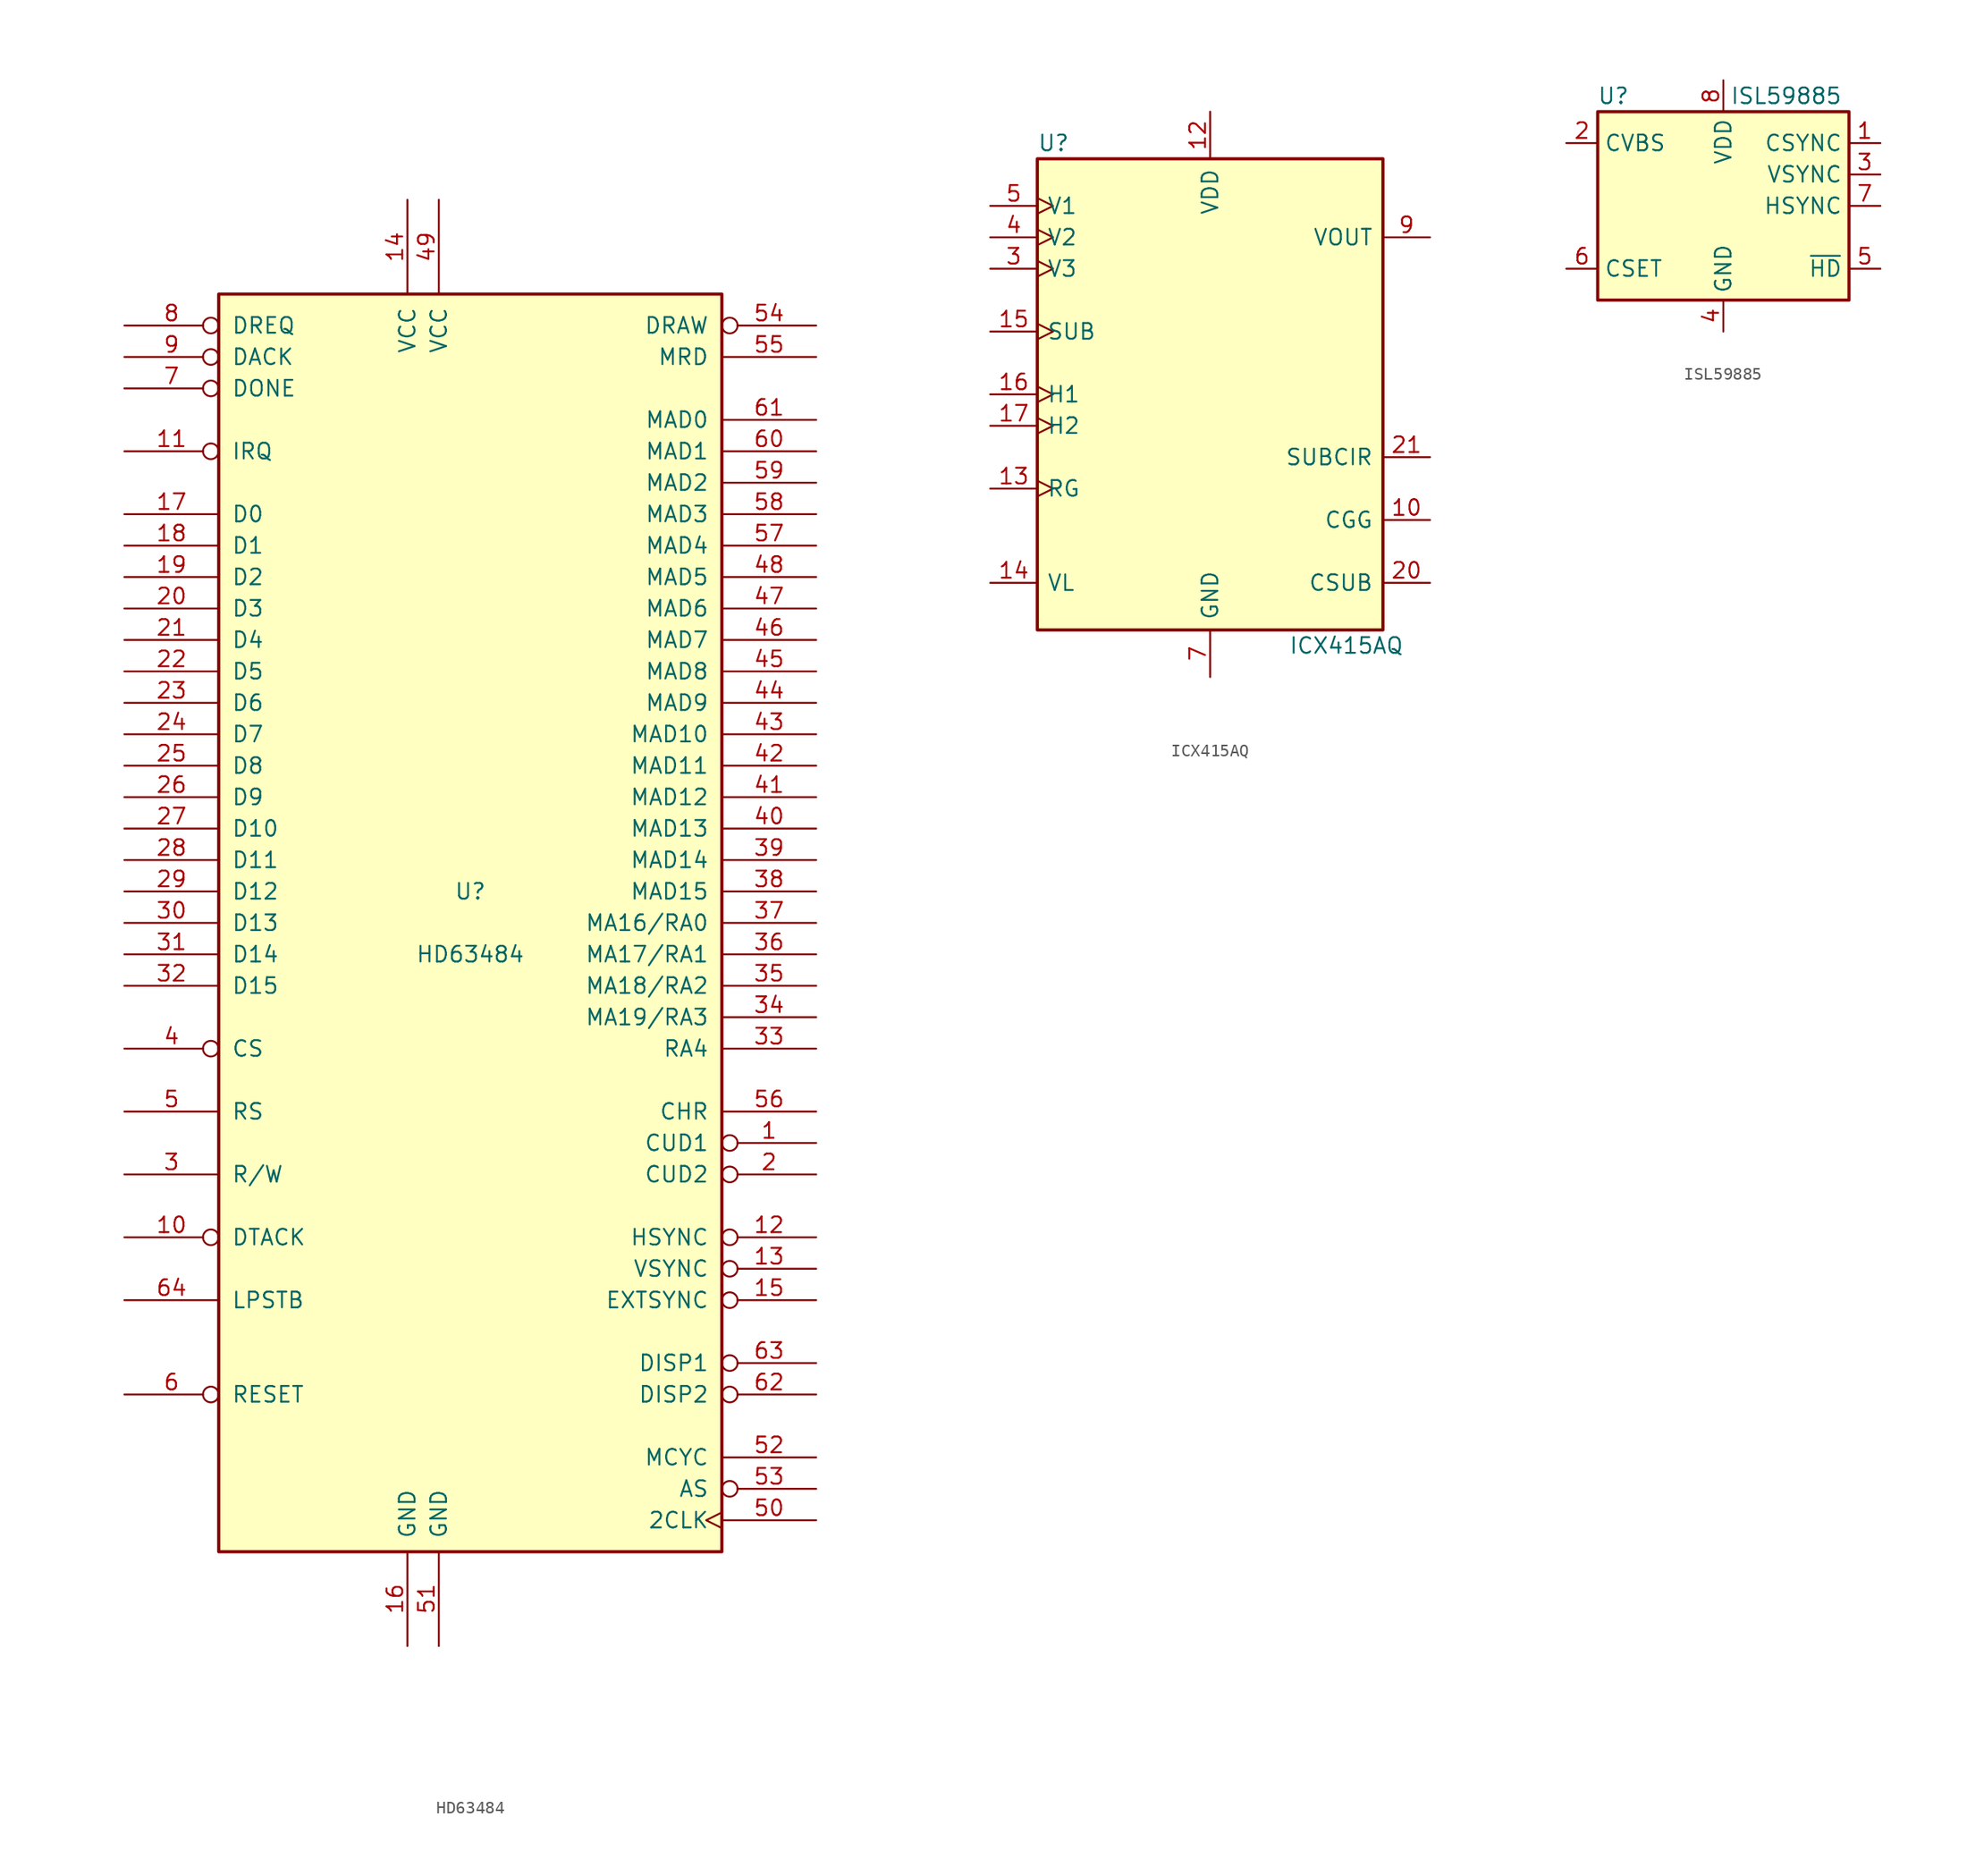
<source format=kicad_sym>
(kicad_symbol_lib
  (version 20210619)
  (generator kicad_symbol_editor)
  (symbol "Video:HD63484"
    (pin_names
      (offset 1.016))
    (property "Reference" "U"
      (at 0 2.54 0)
      (effects (font (size 1.27 1.27))))
    (property "Value" "HD63484"
      (at 0 -2.54 0)
      (effects (font (size 1.27 1.27))))
    (symbol "HD63484_0_1"
      (rectangle (start -20.32 -50.8) (end 20.32 50.8) (stroke (width 0.254)) (fill (type background))))
    (symbol "HD63484_1_1"
      (pin output inverted (at 27.94 -17.78 180) (length 7.62) (name "CUD1" (effects (font (size 1.27 1.27)))) (number "1" (effects (font (size 1.27 1.27)))))
      (pin output inverted (at -27.94 -25.4 0) (length 7.62) (name "DTACK" (effects (font (size 1.27 1.27)))) (number "10" (effects (font (size 1.27 1.27)))))
      (pin output inverted (at -27.94 38.1 0) (length 7.62) (name "IRQ" (effects (font (size 1.27 1.27)))) (number "11" (effects (font (size 1.27 1.27)))))
      (pin output inverted (at 27.94 -25.4 180) (length 7.62) (name "HSYNC" (effects (font (size 1.27 1.27)))) (number "12" (effects (font (size 1.27 1.27)))))
      (pin output inverted (at 27.94 -27.94 180) (length 7.62) (name "VSYNC" (effects (font (size 1.27 1.27)))) (number "13" (effects (font (size 1.27 1.27)))))
      (pin input line (at -5.08 58.42 270) (length 7.62) (name "VCC" (effects (font (size 1.27 1.27)))) (number "14" (effects (font (size 1.27 1.27)))))
      (pin input inverted (at 27.94 -30.48 180) (length 7.62) (name "EXTSYNC" (effects (font (size 1.27 1.27)))) (number "15" (effects (font (size 1.27 1.27)))))
      (pin input line (at -5.08 -58.42 90) (length 7.62) (name "GND" (effects (font (size 1.27 1.27)))) (number "16" (effects (font (size 1.27 1.27)))))
      (pin tri_state line (at -27.94 33.02 0) (length 7.62) (name "D0" (effects (font (size 1.27 1.27)))) (number "17" (effects (font (size 1.27 1.27)))))
      (pin tri_state line (at -27.94 30.48 0) (length 7.62) (name "D1" (effects (font (size 1.27 1.27)))) (number "18" (effects (font (size 1.27 1.27)))))
      (pin tri_state line (at -27.94 27.94 0) (length 7.62) (name "D2" (effects (font (size 1.27 1.27)))) (number "19" (effects (font (size 1.27 1.27)))))
      (pin output inverted (at 27.94 -20.32 180) (length 7.62) (name "CUD2" (effects (font (size 1.27 1.27)))) (number "2" (effects (font (size 1.27 1.27)))))
      (pin tri_state line (at -27.94 25.4 0) (length 7.62) (name "D3" (effects (font (size 1.27 1.27)))) (number "20" (effects (font (size 1.27 1.27)))))
      (pin tri_state line (at -27.94 22.86 0) (length 7.62) (name "D4" (effects (font (size 1.27 1.27)))) (number "21" (effects (font (size 1.27 1.27)))))
      (pin tri_state line (at -27.94 20.32 0) (length 7.62) (name "D5" (effects (font (size 1.27 1.27)))) (number "22" (effects (font (size 1.27 1.27)))))
      (pin tri_state line (at -27.94 17.78 0) (length 7.62) (name "D6" (effects (font (size 1.27 1.27)))) (number "23" (effects (font (size 1.27 1.27)))))
      (pin tri_state line (at -27.94 15.24 0) (length 7.62) (name "D7" (effects (font (size 1.27 1.27)))) (number "24" (effects (font (size 1.27 1.27)))))
      (pin tri_state line (at -27.94 12.7 0) (length 7.62) (name "D8" (effects (font (size 1.27 1.27)))) (number "25" (effects (font (size 1.27 1.27)))))
      (pin tri_state line (at -27.94 10.16 0) (length 7.62) (name "D9" (effects (font (size 1.27 1.27)))) (number "26" (effects (font (size 1.27 1.27)))))
      (pin tri_state line (at -27.94 7.62 0) (length 7.62) (name "D10" (effects (font (size 1.27 1.27)))) (number "27" (effects (font (size 1.27 1.27)))))
      (pin tri_state line (at -27.94 5.08 0) (length 7.62) (name "D11" (effects (font (size 1.27 1.27)))) (number "28" (effects (font (size 1.27 1.27)))))
      (pin tri_state line (at -27.94 2.54 0) (length 7.62) (name "D12" (effects (font (size 1.27 1.27)))) (number "29" (effects (font (size 1.27 1.27)))))
      (pin input line (at -27.94 -20.32 0) (length 7.62) (name "R/W" (effects (font (size 1.27 1.27)))) (number "3" (effects (font (size 1.27 1.27)))))
      (pin tri_state line (at -27.94 0 0) (length 7.62) (name "D13" (effects (font (size 1.27 1.27)))) (number "30" (effects (font (size 1.27 1.27)))))
      (pin tri_state line (at -27.94 -2.54 0) (length 7.62) (name "D14" (effects (font (size 1.27 1.27)))) (number "31" (effects (font (size 1.27 1.27)))))
      (pin tri_state line (at -27.94 -5.08 0) (length 7.62) (name "D15" (effects (font (size 1.27 1.27)))) (number "32" (effects (font (size 1.27 1.27)))))
      (pin output line (at 27.94 -10.16 180) (length 7.62) (name "RA4" (effects (font (size 1.27 1.27)))) (number "33" (effects (font (size 1.27 1.27)))))
      (pin output line (at 27.94 -7.62 180) (length 7.62) (name "MA19/RA3" (effects (font (size 1.27 1.27)))) (number "34" (effects (font (size 1.27 1.27)))))
      (pin output line (at 27.94 -5.08 180) (length 7.62) (name "MA18/RA2" (effects (font (size 1.27 1.27)))) (number "35" (effects (font (size 1.27 1.27)))))
      (pin output line (at 27.94 -2.54 180) (length 7.62) (name "MA17/RA1" (effects (font (size 1.27 1.27)))) (number "36" (effects (font (size 1.27 1.27)))))
      (pin output line (at 27.94 0 180) (length 7.62) (name "MA16/RA0" (effects (font (size 1.27 1.27)))) (number "37" (effects (font (size 1.27 1.27)))))
      (pin tri_state line (at 27.94 2.54 180) (length 7.62) (name "MAD15" (effects (font (size 1.27 1.27)))) (number "38" (effects (font (size 1.27 1.27)))))
      (pin tri_state line (at 27.94 5.08 180) (length 7.62) (name "MAD14" (effects (font (size 1.27 1.27)))) (number "39" (effects (font (size 1.27 1.27)))))
      (pin input inverted (at -27.94 -10.16 0) (length 7.62) (name "CS" (effects (font (size 1.27 1.27)))) (number "4" (effects (font (size 1.27 1.27)))))
      (pin tri_state line (at 27.94 7.62 180) (length 7.62) (name "MAD13" (effects (font (size 1.27 1.27)))) (number "40" (effects (font (size 1.27 1.27)))))
      (pin tri_state line (at 27.94 10.16 180) (length 7.62) (name "MAD12" (effects (font (size 1.27 1.27)))) (number "41" (effects (font (size 1.27 1.27)))))
      (pin tri_state line (at 27.94 12.7 180) (length 7.62) (name "MAD11" (effects (font (size 1.27 1.27)))) (number "42" (effects (font (size 1.27 1.27)))))
      (pin tri_state line (at 27.94 15.24 180) (length 7.62) (name "MAD10" (effects (font (size 1.27 1.27)))) (number "43" (effects (font (size 1.27 1.27)))))
      (pin tri_state line (at 27.94 17.78 180) (length 7.62) (name "MAD9" (effects (font (size 1.27 1.27)))) (number "44" (effects (font (size 1.27 1.27)))))
      (pin tri_state line (at 27.94 20.32 180) (length 7.62) (name "MAD8" (effects (font (size 1.27 1.27)))) (number "45" (effects (font (size 1.27 1.27)))))
      (pin tri_state line (at 27.94 22.86 180) (length 7.62) (name "MAD7" (effects (font (size 1.27 1.27)))) (number "46" (effects (font (size 1.27 1.27)))))
      (pin tri_state line (at 27.94 25.4 180) (length 7.62) (name "MAD6" (effects (font (size 1.27 1.27)))) (number "47" (effects (font (size 1.27 1.27)))))
      (pin tri_state line (at 27.94 27.94 180) (length 7.62) (name "MAD5" (effects (font (size 1.27 1.27)))) (number "48" (effects (font (size 1.27 1.27)))))
      (pin input line (at -2.54 58.42 270) (length 7.62) (name "VCC" (effects (font (size 1.27 1.27)))) (number "49" (effects (font (size 1.27 1.27)))))
      (pin input line (at -27.94 -15.24 0) (length 7.62) (name "RS" (effects (font (size 1.27 1.27)))) (number "5" (effects (font (size 1.27 1.27)))))
      (pin input clock (at 27.94 -48.26 180) (length 7.62) (name "2CLK" (effects (font (size 1.27 1.27)))) (number "50" (effects (font (size 1.27 1.27)))))
      (pin input line (at -2.54 -58.42 90) (length 7.62) (name "GND" (effects (font (size 1.27 1.27)))) (number "51" (effects (font (size 1.27 1.27)))))
      (pin output line (at 27.94 -43.18 180) (length 7.62) (name "MCYC" (effects (font (size 1.27 1.27)))) (number "52" (effects (font (size 1.27 1.27)))))
      (pin output inverted (at 27.94 -45.72 180) (length 7.62) (name "AS" (effects (font (size 1.27 1.27)))) (number "53" (effects (font (size 1.27 1.27)))))
      (pin output inverted (at 27.94 48.26 180) (length 7.62) (name "DRAW" (effects (font (size 1.27 1.27)))) (number "54" (effects (font (size 1.27 1.27)))))
      (pin output line (at 27.94 45.72 180) (length 7.62) (name "MRD" (effects (font (size 1.27 1.27)))) (number "55" (effects (font (size 1.27 1.27)))))
      (pin output line (at 27.94 -15.24 180) (length 7.62) (name "CHR" (effects (font (size 1.27 1.27)))) (number "56" (effects (font (size 1.27 1.27)))))
      (pin tri_state line (at 27.94 30.48 180) (length 7.62) (name "MAD4" (effects (font (size 1.27 1.27)))) (number "57" (effects (font (size 1.27 1.27)))))
      (pin tri_state line (at 27.94 33.02 180) (length 7.62) (name "MAD3" (effects (font (size 1.27 1.27)))) (number "58" (effects (font (size 1.27 1.27)))))
      (pin tri_state line (at 27.94 35.56 180) (length 7.62) (name "MAD2" (effects (font (size 1.27 1.27)))) (number "59" (effects (font (size 1.27 1.27)))))
      (pin input inverted (at -27.94 -38.1 0) (length 7.62) (name "RESET" (effects (font (size 1.27 1.27)))) (number "6" (effects (font (size 1.27 1.27)))))
      (pin tri_state line (at 27.94 38.1 180) (length 7.62) (name "MAD1" (effects (font (size 1.27 1.27)))) (number "60" (effects (font (size 1.27 1.27)))))
      (pin tri_state line (at 27.94 40.64 180) (length 7.62) (name "MAD0" (effects (font (size 1.27 1.27)))) (number "61" (effects (font (size 1.27 1.27)))))
      (pin output inverted (at 27.94 -38.1 180) (length 7.62) (name "DISP2" (effects (font (size 1.27 1.27)))) (number "62" (effects (font (size 1.27 1.27)))))
      (pin output inverted (at 27.94 -35.56 180) (length 7.62) (name "DISP1" (effects (font (size 1.27 1.27)))) (number "63" (effects (font (size 1.27 1.27)))))
      (pin input line (at -27.94 -30.48 0) (length 7.62) (name "LPSTB" (effects (font (size 1.27 1.27)))) (number "64" (effects (font (size 1.27 1.27)))))
      (pin input inverted (at -27.94 43.18 0) (length 7.62) (name "DONE" (effects (font (size 1.27 1.27)))) (number "7" (effects (font (size 1.27 1.27)))))
      (pin output inverted (at -27.94 48.26 0) (length 7.62) (name "DREQ" (effects (font (size 1.27 1.27)))) (number "8" (effects (font (size 1.27 1.27)))))
      (pin input inverted (at -27.94 45.72 0) (length 7.62) (name "DACK" (effects (font (size 1.27 1.27)))) (number "9" (effects (font (size 1.27 1.27)))))))
  (symbol "Video:ICX415AQ"
    (pin_names
      (offset 0.762))
    (property "Reference" "U"
      (at -13.97 20.32 0)
      (effects (font (size 1.27 1.27)) (justify left)))
    (property "Value" "ICX415AQ"
      (at 6.35 -20.32 0)
      (effects (font (size 1.27 1.27)) (justify left)))
    (symbol "ICX415AQ_0_1"
      (rectangle (start -13.97 19.05) (end 13.97 -19.05) (stroke (width 0.254)) (fill (type background))))
    (symbol "ICX415AQ_1_1"
      (pin input line (at 17.78 -10.16 180) (length 3.81) (name "CGG" (effects (font (size 1.27 1.27)))) (number "10" (effects (font (size 1.27 1.27)))))
      (pin power_in line (at 0 22.86 270) (length 3.81) (name "VDD" (effects (font (size 1.27 1.27)))) (number "12" (effects (font (size 1.27 1.27)))))
      (pin input clock (at -17.78 -7.62 0) (length 3.81) (name "RG" (effects (font (size 1.27 1.27)))) (number "13" (effects (font (size 1.27 1.27)))))
      (pin power_in line (at -17.78 -15.24 0) (length 3.81) (name "VL" (effects (font (size 1.27 1.27)))) (number "14" (effects (font (size 1.27 1.27)))))
      (pin input clock (at -17.78 5.08 0) (length 3.81) (name "SUB" (effects (font (size 1.27 1.27)))) (number "15" (effects (font (size 1.27 1.27)))))
      (pin input clock (at -17.78 0 0) (length 3.81) (name "H1" (effects (font (size 1.27 1.27)))) (number "16" (effects (font (size 1.27 1.27)))))
      (pin input clock (at -17.78 -2.54 0) (length 3.81) (name "H2" (effects (font (size 1.27 1.27)))) (number "17" (effects (font (size 1.27 1.27)))))
      (pin input line (at 17.78 -15.24 180) (length 3.81) (name "CSUB" (effects (font (size 1.27 1.27)))) (number "20" (effects (font (size 1.27 1.27)))))
      (pin power_in line (at 17.78 -5.08 180) (length 3.81) (name "SUBCIR" (effects (font (size 1.27 1.27)))) (number "21" (effects (font (size 1.27 1.27)))))
      (pin input clock (at -17.78 10.16 0) (length 3.81) (name "V3" (effects (font (size 1.27 1.27)))) (number "3" (effects (font (size 1.27 1.27)))))
      (pin input clock (at -17.78 12.7 0) (length 3.81) (name "V2" (effects (font (size 1.27 1.27)))) (number "4" (effects (font (size 1.27 1.27)))))
      (pin input clock (at -17.78 15.24 0) (length 3.81) (name "V1" (effects (font (size 1.27 1.27)))) (number "5" (effects (font (size 1.27 1.27)))))
      (pin power_in line (at 0 -22.86 90) (length 3.81) (name "GND" (effects (font (size 1.27 1.27)))) (number "7" (effects (font (size 1.27 1.27)))))
      (pin output line (at 17.78 12.7 180) (length 3.81) (name "VOUT" (effects (font (size 1.27 1.27)))) (number "9" (effects (font (size 1.27 1.27)))))))
  (symbol "Video:ISL59885"
    (property "Reference" "U"
      (at -8.89 8.89 0)
      (effects (font (size 1.27 1.27))))
    (property "Value" "ISL59885"
      (at 5.08 8.89 0)
      (effects (font (size 1.27 1.27))))
    (symbol "ISL59885_0_1"
      (rectangle (start -10.16 7.62) (end 10.16 -7.62) (stroke (width 0.254)) (fill (type background))))
    (symbol "ISL59885_1_1"
      (pin output line (at 12.7 5.08 180) (length 2.54) (name "CSYNC" (effects (font (size 1.27 1.27)))) (number "1" (effects (font (size 1.27 1.27)))))
      (pin input line (at -12.7 5.08 0) (length 2.54) (name "CVBS" (effects (font (size 1.27 1.27)))) (number "2" (effects (font (size 1.27 1.27)))))
      (pin output line (at 12.7 2.54 180) (length 2.54) (name "VSYNC" (effects (font (size 1.27 1.27)))) (number "3" (effects (font (size 1.27 1.27)))))
      (pin power_in line (at 0 -10.16 90) (length 2.54) (name "GND" (effects (font (size 1.27 1.27)))) (number "4" (effects (font (size 1.27 1.27)))))
      (pin output line (at 12.7 -5.08 180) (length 2.54) (name "~{HD}" (effects (font (size 1.27 1.27)))) (number "5" (effects (font (size 1.27 1.27)))))
      (pin passive line (at -12.7 -5.08 0) (length 2.54) (name "CSET" (effects (font (size 1.27 1.27)))) (number "6" (effects (font (size 1.27 1.27)))))
      (pin output line (at 12.7 0 180) (length 2.54) (name "HSYNC" (effects (font (size 1.27 1.27)))) (number "7" (effects (font (size 1.27 1.27)))))
      (pin power_in line (at 0 10.16 270) (length 2.54) (name "VDD" (effects (font (size 1.27 1.27)))) (number "8" (effects (font (size 1.27 1.27))))))))
</source>
